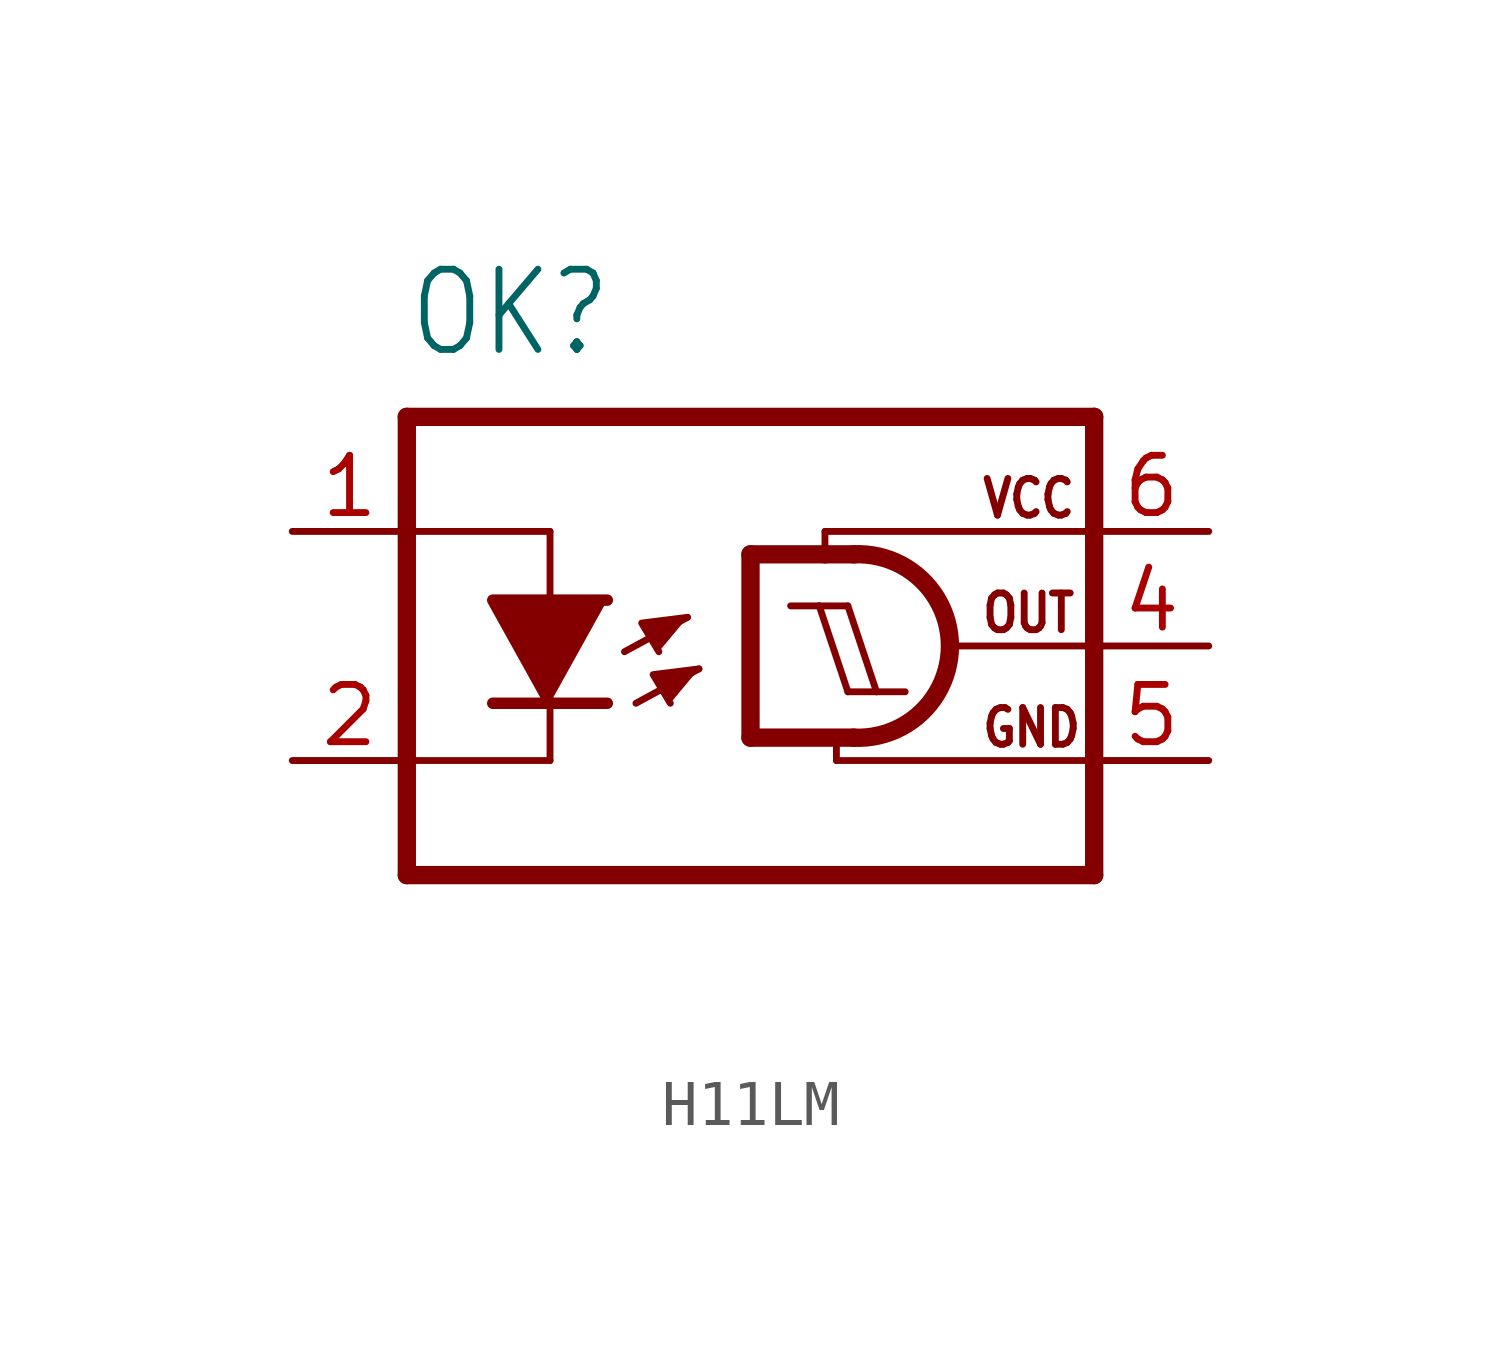
<source format=kicad_sym>
(kicad_symbol_lib
  (version 20241209)
  (generator "kicad_symbol_editor")
  (generator_version "9.0")
  (symbol "H11LM"
    (property "Reference" "OK"
      (at -7.62 6.35 0)
      (effects (font (size 1.778 1.511)) (justify left bottom)))
    (property "Value" ""
      (at -7.62 -7.62 0)
      (effects (font (size 1.778 1.511)) (justify left bottom)))
    (property "ki_locked" ""
      (at 0 0 0)
      (effects (font (size 1.27 1.27))))
    (symbol "H11LM_1_0"
      (polyline (pts (xy -7.62 5.08) (xy -7.62 -5.08)) (stroke (width 0.406) (type solid)) (fill (type none)))
      (polyline (pts (xy -7.62 2.54) (xy -4.445 2.54)) (stroke (width 0.152) (type solid)) (fill (type none)))
      (polyline (pts (xy -7.62 -2.54) (xy -4.445 -2.54)) (stroke (width 0.152) (type solid)) (fill (type none)))
      (polyline (pts (xy -4.445 1.143) (xy -4.445 2.54)) (stroke (width 0.152) (type solid)) (fill (type none)))
      (polyline (pts (xy -4.445 -1.27) (xy -5.715 -1.27)) (stroke (width 0.254) (type solid)) (fill (type none)))
      (polyline (pts (xy -4.445 -1.27) (xy -5.715 1.016) (xy -3.175 1.016)) (stroke (width 0.254) (type solid)) (fill (type outline)))
      (polyline (pts (xy -4.445 -2.54) (xy -4.445 -1.27)) (stroke (width 0.152) (type solid)) (fill (type none)))
      (polyline (pts (xy -3.175 -1.27) (xy -4.445 -1.27)) (stroke (width 0.254) (type solid)) (fill (type none)))
      (polyline (pts (xy -2.794 -0.127) (xy -1.397 0.635)) (stroke (width 0.152) (type solid)) (fill (type none)))
      (polyline (pts (xy -2.54 -1.27) (xy -1.143 -0.508)) (stroke (width 0.152) (type solid)) (fill (type none)))
      (polyline (pts (xy -1.397 0.635) (xy -2.413 0.508) (xy -2.032 -0.127)) (stroke (width 0.152) (type solid)) (fill (type outline)))
      (polyline (pts (xy -1.143 -0.508) (xy -2.159 -0.635) (xy -1.778 -1.27)) (stroke (width 0.152) (type solid)) (fill (type outline)))
      (polyline (pts (xy 0 2.032) (xy 0 -2.032)) (stroke (width 0.406) (type solid)) (fill (type none)))
      (polyline (pts (xy 0 2.032) (xy 1.651 2.032)) (stroke (width 0.406) (type solid)) (fill (type none)))
      (polyline (pts (xy 1.524 0.889) (xy 0.889 0.889)) (stroke (width 0.152) (type solid)) (fill (type none)))
      (polyline (pts (xy 1.651 2.54) (xy 7.62 2.54)) (stroke (width 0.152) (type solid)) (fill (type none)))
      (polyline (pts (xy 1.651 2.032) (xy 1.651 2.54)) (stroke (width 0.152) (type solid)) (fill (type none)))
      (polyline (pts (xy 1.651 2.032) (xy 2.286 2.032)) (stroke (width 0.406) (type solid)) (fill (type none)))
      (polyline (pts (xy 1.905 -2.159) (xy 1.905 -2.54)) (stroke (width 0.152) (type solid)) (fill (type none)))
      (polyline (pts (xy 1.905 -2.54) (xy 7.62 -2.54)) (stroke (width 0.152) (type solid)) (fill (type none)))
      (polyline (pts (xy 2.159 0.889) (xy 1.524 0.889)) (stroke (width 0.152) (type solid)) (fill (type none)))
      (polyline (pts (xy 2.159 -1.016) (xy 1.524 0.889)) (stroke (width 0.152) (type solid)) (fill (type none)))
      (polyline (pts (xy 2.286 -2.032) (xy 0 -2.032)) (stroke (width 0.406) (type solid)) (fill (type none)))
      (arc (start 2.286 2.032) (mid 4.422 -0.0001) (end 2.2858 -2.032) (stroke (width 0.4064) (type solid)) (fill (type none)))
      (polyline (pts (xy 2.794 -1.016) (xy 2.159 0.889)) (stroke (width 0.152) (type solid)) (fill (type none)))
      (polyline (pts (xy 2.794 -1.016) (xy 2.159 -1.016)) (stroke (width 0.152) (type solid)) (fill (type none)))
      (polyline (pts (xy 3.429 -1.016) (xy 2.794 -1.016)) (stroke (width 0.152) (type solid)) (fill (type none)))
      (polyline (pts (xy 4.572 0) (xy 7.62 0)) (stroke (width 0.152) (type solid)) (fill (type none)))
      (polyline (pts (xy 7.62 5.08) (xy -7.62 5.08)) (stroke (width 0.406) (type solid)) (fill (type none)))
      (polyline (pts (xy 7.62 5.08) (xy 7.62 -5.08)) (stroke (width 0.406) (type solid)) (fill (type none)))
      (polyline (pts (xy 7.62 -5.08) (xy -7.62 -5.08)) (stroke (width 0.406) (type solid)) (fill (type none)))
      (text "VCC" (at 5.08 2.794 0) (effects (font (size 0.813 0.691)) (justify left bottom)))
      (text "OUT" (at 5.08 0.254 0) (effects (font (size 0.813 0.691)) (justify left bottom)))
      (text "GND" (at 5.08 -2.286 0) (effects (font (size 0.813 0.691)) (justify left bottom)))
      (pin passive line (at -10.16 2.54 0) (length 2.54) (name "A" (effects (font (size 0 0)))) (number "1" (effects (font (size 1.27 1.27)))))
      (pin passive line (at -10.16 -2.54 0) (length 2.54) (name "C" (effects (font (size 0 0)))) (number "2" (effects (font (size 1.27 1.27)))))
      (pin power_in line (at 10.16 2.54 180) (length 2.54) (name "VCC" (effects (font (size 0 0)))) (number "6" (effects (font (size 1.27 1.27)))))
      (pin output line (at 10.16 0 180) (length 2.54) (name "OUT" (effects (font (size 0 0)))) (number "4" (effects (font (size 1.27 1.27)))))
      (pin power_in line (at 10.16 -2.54 180) (length 2.54) (name "GND" (effects (font (size 0 0)))) (number "5" (effects (font (size 1.27 1.27))))))))
</source>
